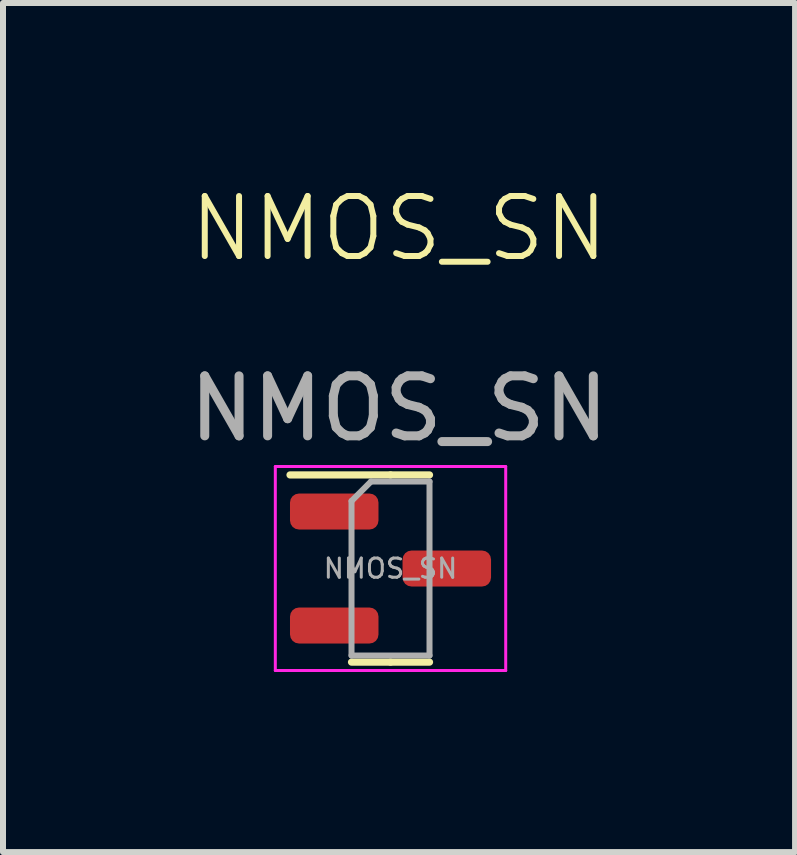
<source format=kicad_pcb>
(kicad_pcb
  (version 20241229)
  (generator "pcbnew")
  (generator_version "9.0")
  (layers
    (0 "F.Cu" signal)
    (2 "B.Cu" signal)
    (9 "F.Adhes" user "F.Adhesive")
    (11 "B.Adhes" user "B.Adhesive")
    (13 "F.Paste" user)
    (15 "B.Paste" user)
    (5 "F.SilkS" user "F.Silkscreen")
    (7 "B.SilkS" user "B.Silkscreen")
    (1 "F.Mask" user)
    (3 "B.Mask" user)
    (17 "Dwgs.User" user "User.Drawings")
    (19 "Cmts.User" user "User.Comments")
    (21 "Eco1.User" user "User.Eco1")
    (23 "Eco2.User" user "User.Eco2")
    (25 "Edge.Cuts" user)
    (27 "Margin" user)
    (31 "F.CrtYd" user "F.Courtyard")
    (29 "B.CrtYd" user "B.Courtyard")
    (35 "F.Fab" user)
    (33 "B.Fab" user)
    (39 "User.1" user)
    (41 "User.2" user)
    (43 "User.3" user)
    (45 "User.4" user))
  (footprint "NMOS_SN"
    (layer "F.Cu")
    (at 3.347 6.348)
    (property "Reference" "NMOS_SN" (at 0.254 -5.588 0) (unlocked yes) (layer "F.SilkS") (effects (font (size 1 1) (thickness 0.1))))
    (attr smd)
    (fp_line (start 0.112 -1.482) (end -1.563 -1.482) (stroke (width 0.12) (type solid)) (layer "F.SilkS"))
    (fp_line (start 0.112 -1.482) (end 0.762 -1.482) (stroke (width 0.12) (type solid)) (layer "F.SilkS"))
    (fp_line (start 0.112 1.638) (end -0.538 1.638) (stroke (width 0.12) (type solid)) (layer "F.SilkS"))
    (fp_line (start 0.112 1.638) (end 0.762 1.638) (stroke (width 0.12) (type solid)) (layer "F.SilkS"))
    (fp_line (start -1.808 -1.622) (end -1.808 1.778) (stroke (width 0.05) (type solid)) (layer "F.CrtYd"))
    (fp_line (start -1.808 1.778) (end 2.032 1.778) (stroke (width 0.05) (type solid)) (layer "F.CrtYd"))
    (fp_line (start 2.032 -1.622) (end -1.808 -1.622) (stroke (width 0.05) (type solid)) (layer "F.CrtYd"))
    (fp_line (start 2.032 1.778) (end 2.032 -1.622) (stroke (width 0.05) (type solid)) (layer "F.CrtYd"))
    (fp_line (start -0.538 -1.047) (end -0.213 -1.372) (stroke (width 0.1) (type solid)) (layer "F.Fab"))
    (fp_line (start -0.538 1.528) (end -0.538 -1.047) (stroke (width 0.1) (type solid)) (layer "F.Fab"))
    (fp_line (start -0.213 -1.372) (end 0.762 -1.372) (stroke (width 0.1) (type solid)) (layer "F.Fab"))
    (fp_line (start 0.762 -1.372) (end 0.762 1.528) (stroke (width 0.1) (type solid)) (layer "F.Fab"))
    (fp_line (start 0.762 1.528) (end -0.538 1.528) (stroke (width 0.1) (type solid)) (layer "F.Fab"))
    (fp_text user "${REFERENCE}" (at 0.254 -2.588 0) (unlocked yes) (layer "F.Fab") (effects (font (size 1 1) (thickness 0.15))))
    (fp_text user "${REFERENCE}" (at 0.112 0.078 0) (layer "F.Fab") (effects (font (size 0.32 0.32) (thickness 0.05))))
    (pad "1" smd roundrect (at 1.05 0.078) (size 1.475 0.6) (layers "F.Cu" "F.Mask" "F.Paste") (roundrect_rratio 0.25))
    (pad "2" smd roundrect (at -0.826 -0.872) (size 1.475 0.6) (layers "F.Cu" "F.Mask" "F.Paste") (roundrect_rratio 0.25))
    (pad "3" smd roundrect (at -0.826 1.028) (size 1.475 0.6) (layers "F.Cu" "F.Mask" "F.Paste") (roundrect_rratio 0.25)))
  (gr_rect
    (start -3 -3)
    (end 10.202 11.152)
    (stroke (width 0.1) (type default))
    (fill no)
    (layer "Edge.Cuts")))
</source>
